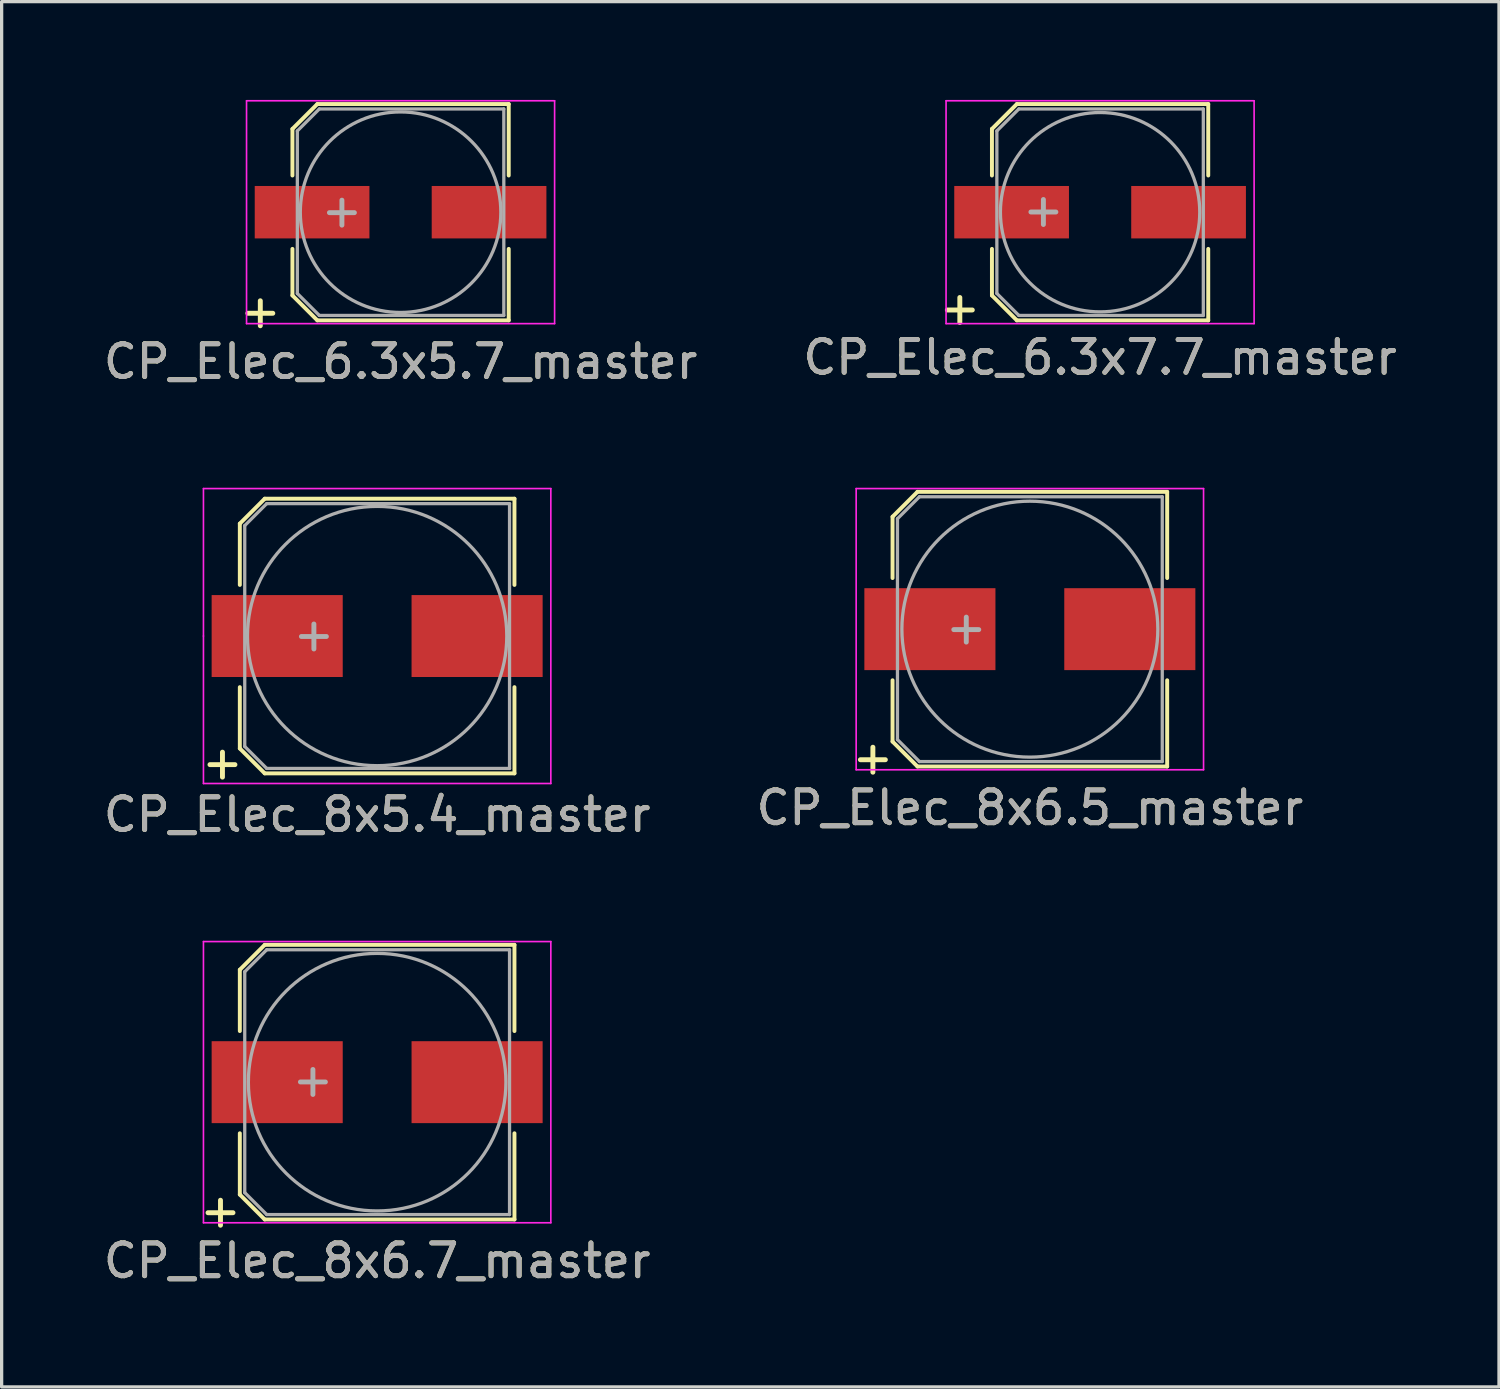
<source format=kicad_pcb>
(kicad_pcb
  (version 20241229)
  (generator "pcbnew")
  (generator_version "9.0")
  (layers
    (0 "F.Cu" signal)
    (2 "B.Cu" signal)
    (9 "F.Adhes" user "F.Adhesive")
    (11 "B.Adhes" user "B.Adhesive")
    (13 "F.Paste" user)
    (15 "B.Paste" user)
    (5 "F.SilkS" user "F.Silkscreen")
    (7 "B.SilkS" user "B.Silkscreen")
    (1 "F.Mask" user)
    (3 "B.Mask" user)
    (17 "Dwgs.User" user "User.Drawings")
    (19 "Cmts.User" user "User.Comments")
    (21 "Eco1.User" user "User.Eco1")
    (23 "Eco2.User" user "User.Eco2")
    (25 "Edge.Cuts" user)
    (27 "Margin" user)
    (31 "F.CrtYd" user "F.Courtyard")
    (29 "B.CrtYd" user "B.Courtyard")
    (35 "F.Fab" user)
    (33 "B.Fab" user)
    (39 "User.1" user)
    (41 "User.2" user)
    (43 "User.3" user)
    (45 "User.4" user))
  (footprint "CP_Elec_6.3x5.7_master"
    (layer "F.Cu")
    (at 9.173 3.425)
    (property "Reference" "CP_Elec_6.3x5.7_master" (at 0 4.56 0) (layer "F.SilkS") (effects (font (size 1 1) (thickness 0.15))))
    (attr smd)
    (fp_line (start -3.3 -2.54) (end -3.3 -1.12) (stroke (width 0.12) (type solid)) (layer "F.SilkS"))
    (fp_line (start -3.3 -2.54) (end -2.54 -3.3) (stroke (width 0.12) (type solid)) (layer "F.SilkS"))
    (fp_line (start -3.3 2.54) (end -3.3 1.12) (stroke (width 0.12) (type solid)) (layer "F.SilkS"))
    (fp_line (start -2.54 -3.3) (end 3.3 -3.3) (stroke (width 0.12) (type solid)) (layer "F.SilkS"))
    (fp_line (start -2.54 3.3) (end -3.3 2.54) (stroke (width 0.12) (type solid)) (layer "F.SilkS"))
    (fp_line (start 3.3 -3.3) (end 3.3 -1.12) (stroke (width 0.12) (type solid)) (layer "F.SilkS"))
    (fp_line (start 3.3 3.3) (end -2.54 3.3) (stroke (width 0.12) (type solid)) (layer "F.SilkS"))
    (fp_line (start 3.3 3.3) (end 3.3 1.12) (stroke (width 0.12) (type solid)) (layer "F.SilkS"))
    (fp_line (start -4.7 -3.4) (end -4.7 3.4) (stroke (width 0.05) (type solid)) (layer "F.CrtYd"))
    (fp_line (start -4.7 -3.4) (end 4.7 -3.4) (stroke (width 0.05) (type solid)) (layer "F.CrtYd"))
    (fp_line (start 4.7 3.4) (end -4.7 3.4) (stroke (width 0.05) (type solid)) (layer "F.CrtYd"))
    (fp_line (start 4.7 3.4) (end 4.7 -3.4) (stroke (width 0.05) (type solid)) (layer "F.CrtYd"))
    (fp_line (start -3.15 -2.48) (end -3.15 2.48) (stroke (width 0.1) (type solid)) (layer "F.Fab"))
    (fp_line (start -3.15 2.48) (end -2.48 3.15) (stroke (width 0.1) (type solid)) (layer "F.Fab"))
    (fp_line (start -2.48 -3.15) (end -3.15 -2.48) (stroke (width 0.1) (type solid)) (layer "F.Fab"))
    (fp_line (start -2.48 3.15) (end 3.15 3.15) (stroke (width 0.1) (type solid)) (layer "F.Fab"))
    (fp_line (start 3.15 -3.15) (end -2.48 -3.15) (stroke (width 0.1) (type solid)) (layer "F.Fab"))
    (fp_line (start 3.15 3.15) (end 3.15 -3.15) (stroke (width 0.1) (type solid)) (layer "F.Fab"))
    (fp_circle (center 0 0) (end 0.6 3) (stroke (width 0.1) (type solid)) (fill no) (layer "F.Fab"))
    (fp_text user "+" (at -4.28 3.01 0) (layer "F.SilkS") (effects (font (size 1 1) (thickness 0.15))))
    (fp_text user "${REFERENCE}" (at 0 4.56 0) (layer "F.Fab") (effects (font (size 1 1) (thickness 0.15))))
    (fp_text user "+" (at -1.79 -0.06 0) (layer "F.Fab") (effects (font (size 1 1) (thickness 0.15))))
    (pad "1" smd rect (at -2.7 0 180) (size 3.5 1.6) (layers "F.Cu" "F.Mask" "F.Paste"))
    (pad "2" smd rect (at 2.7 0 180) (size 3.5 1.6) (layers "F.Cu" "F.Mask" "F.Paste")))
  (footprint "CP_Elec_8x6.5_master"
    (layer "F.Cu")
    (at 28.375 16.148)
    (property "Reference" "CP_Elec_8x6.5_master" (at 0 5.45 0) (layer "F.SilkS") (effects (font (size 1 1) (thickness 0.15))))
    (attr smd)
    (fp_line (start -4.19 -3.43) (end -4.19 -1.56) (stroke (width 0.12) (type solid)) (layer "F.SilkS"))
    (fp_line (start -4.19 -3.43) (end -3.43 -4.19) (stroke (width 0.12) (type solid)) (layer "F.SilkS"))
    (fp_line (start -4.19 3.43) (end -4.19 1.56) (stroke (width 0.12) (type solid)) (layer "F.SilkS"))
    (fp_line (start -3.43 -4.19) (end 4.19 -4.19) (stroke (width 0.12) (type solid)) (layer "F.SilkS"))
    (fp_line (start -3.43 4.19) (end -4.19 3.43) (stroke (width 0.12) (type solid)) (layer "F.SilkS"))
    (fp_line (start 4.19 -4.19) (end 4.19 -1.56) (stroke (width 0.12) (type solid)) (layer "F.SilkS"))
    (fp_line (start 4.19 4.19) (end -3.43 4.19) (stroke (width 0.12) (type solid)) (layer "F.SilkS"))
    (fp_line (start 4.19 4.19) (end 4.19 1.56) (stroke (width 0.12) (type solid)) (layer "F.SilkS"))
    (fp_line (start -5.3 -4.29) (end -5.3 4.29) (stroke (width 0.05) (type solid)) (layer "F.CrtYd"))
    (fp_line (start -5.3 -4.29) (end 5.3 -4.29) (stroke (width 0.05) (type solid)) (layer "F.CrtYd"))
    (fp_line (start 5.3 4.29) (end -5.3 4.29) (stroke (width 0.05) (type solid)) (layer "F.CrtYd"))
    (fp_line (start 5.3 4.29) (end 5.3 -4.29) (stroke (width 0.05) (type solid)) (layer "F.CrtYd"))
    (fp_line (start -4.04 -3.37) (end -4.04 3.37) (stroke (width 0.1) (type solid)) (layer "F.Fab"))
    (fp_line (start -4.04 3.37) (end -3.37 4.04) (stroke (width 0.1) (type solid)) (layer "F.Fab"))
    (fp_line (start -3.37 -4.04) (end -4.04 -3.37) (stroke (width 0.1) (type solid)) (layer "F.Fab"))
    (fp_line (start -3.37 4.04) (end 4.04 4.04) (stroke (width 0.1) (type solid)) (layer "F.Fab"))
    (fp_line (start 4.04 -4.04) (end -3.37 -4.04) (stroke (width 0.1) (type solid)) (layer "F.Fab"))
    (fp_line (start 4.04 4.04) (end 4.04 -4.04) (stroke (width 0.1) (type solid)) (layer "F.Fab"))
    (fp_circle (center 0 0) (end 0.9 3.8) (stroke (width 0.1) (type solid)) (fill no) (layer "F.Fab"))
    (fp_text user "+" (at -4.79 3.91 0) (layer "F.SilkS") (effects (font (size 1 1) (thickness 0.15))))
    (fp_text user "${REFERENCE}" (at 0 5.45 0) (layer "F.Fab") (effects (font (size 1 1) (thickness 0.15))))
    (fp_text user "+" (at -1.94 -0.06 0) (layer "F.Fab") (effects (font (size 1 1) (thickness 0.15))))
    (pad "1" smd rect (at -3.05 0 180) (size 4 2.5) (layers "F.Cu" "F.Mask" "F.Paste"))
    (pad "2" smd rect (at 3.05 0 180) (size 4 2.5) (layers "F.Cu" "F.Mask" "F.Paste")))
  (footprint "CP_Elec_6.3x7.7_master"
    (layer "F.Cu")
    (at 30.518 3.425)
    (property "Reference" "CP_Elec_6.3x7.7_master" (at 0 4.43 0) (layer "F.SilkS") (effects (font (size 1 1) (thickness 0.15))))
    (attr smd)
    (fp_line (start -3.3 -2.54) (end -3.3 -1.12) (stroke (width 0.12) (type solid)) (layer "F.SilkS"))
    (fp_line (start -3.3 -2.54) (end -2.54 -3.3) (stroke (width 0.12) (type solid)) (layer "F.SilkS"))
    (fp_line (start -3.3 2.54) (end -3.3 1.12) (stroke (width 0.12) (type solid)) (layer "F.SilkS"))
    (fp_line (start -2.54 -3.3) (end 3.3 -3.3) (stroke (width 0.12) (type solid)) (layer "F.SilkS"))
    (fp_line (start -2.54 3.3) (end -3.3 2.54) (stroke (width 0.12) (type solid)) (layer "F.SilkS"))
    (fp_line (start 3.3 -3.3) (end 3.3 -1.12) (stroke (width 0.12) (type solid)) (layer "F.SilkS"))
    (fp_line (start 3.3 3.3) (end -2.54 3.3) (stroke (width 0.12) (type solid)) (layer "F.SilkS"))
    (fp_line (start 3.3 3.3) (end 3.3 1.12) (stroke (width 0.12) (type solid)) (layer "F.SilkS"))
    (fp_line (start -4.7 -3.4) (end -4.7 3.4) (stroke (width 0.05) (type solid)) (layer "F.CrtYd"))
    (fp_line (start -4.7 -3.4) (end 4.7 -3.4) (stroke (width 0.05) (type solid)) (layer "F.CrtYd"))
    (fp_line (start 4.7 3.4) (end -4.7 3.4) (stroke (width 0.05) (type solid)) (layer "F.CrtYd"))
    (fp_line (start 4.7 3.4) (end 4.7 -3.4) (stroke (width 0.05) (type solid)) (layer "F.CrtYd"))
    (fp_line (start -3.15 -2.48) (end -3.15 2.48) (stroke (width 0.1) (type solid)) (layer "F.Fab"))
    (fp_line (start -3.15 2.48) (end -2.48 3.15) (stroke (width 0.1) (type solid)) (layer "F.Fab"))
    (fp_line (start -2.48 -3.15) (end -3.15 -2.48) (stroke (width 0.1) (type solid)) (layer "F.Fab"))
    (fp_line (start -2.48 3.15) (end 3.15 3.15) (stroke (width 0.1) (type solid)) (layer "F.Fab"))
    (fp_line (start 3.15 -3.15) (end -2.48 -3.15) (stroke (width 0.1) (type solid)) (layer "F.Fab"))
    (fp_line (start 3.15 3.15) (end 3.15 -3.15) (stroke (width 0.1) (type solid)) (layer "F.Fab"))
    (fp_circle (center 0 0) (end 0.5 3) (stroke (width 0.1) (type solid)) (fill no) (layer "F.Fab"))
    (fp_text user "+" (at -4.28 2.91 0) (layer "F.SilkS") (effects (font (size 1 1) (thickness 0.15))))
    (fp_text user "+" (at -1.73 -0.08 0) (layer "F.Fab") (effects (font (size 1 1) (thickness 0.15))))
    (fp_text user "${REFERENCE}" (at 0 4.43 0) (layer "F.Fab") (effects (font (size 1 1) (thickness 0.15))))
    (pad "1" smd rect (at -2.7 0 180) (size 3.5 1.6) (layers "F.Cu" "F.Mask" "F.Paste"))
    (pad "2" smd rect (at 2.7 0 180) (size 3.5 1.6) (layers "F.Cu" "F.Mask" "F.Paste")))
  (footprint "CP_Elec_8x5.4_master"
    (layer "F.Cu")
    (at 8.458 16.358)
    (property "Reference" "CP_Elec_8x5.4_master" (at 0 5.45 0) (layer "F.SilkS") (effects (font (size 1 1) (thickness 0.15))))
    (attr smd)
    (fp_line (start -4.19 -3.43) (end -4.19 -1.56) (stroke (width 0.12) (type solid)) (layer "F.SilkS"))
    (fp_line (start -4.19 -3.43) (end -3.43 -4.19) (stroke (width 0.12) (type solid)) (layer "F.SilkS"))
    (fp_line (start -4.19 3.43) (end -4.19 1.56) (stroke (width 0.12) (type solid)) (layer "F.SilkS"))
    (fp_line (start -3.43 -4.19) (end 4.19 -4.19) (stroke (width 0.12) (type solid)) (layer "F.SilkS"))
    (fp_line (start -3.43 4.19) (end -4.19 3.43) (stroke (width 0.12) (type solid)) (layer "F.SilkS"))
    (fp_line (start 4.19 -4.19) (end 4.19 -1.56) (stroke (width 0.12) (type solid)) (layer "F.SilkS"))
    (fp_line (start 4.19 4.19) (end -3.43 4.19) (stroke (width 0.12) (type solid)) (layer "F.SilkS"))
    (fp_line (start 4.19 4.19) (end 4.19 1.56) (stroke (width 0.12) (type solid)) (layer "F.SilkS"))
    (fp_line (start -5.3 -4.5) (end -5.3 0) (stroke (width 0.05) (type solid)) (layer "F.CrtYd"))
    (fp_line (start -5.3 0) (end -5.3 4.5) (stroke (width 0.05) (type solid)) (layer "F.CrtYd"))
    (fp_line (start -5.3 4.5) (end 5.3 4.5) (stroke (width 0.05) (type solid)) (layer "F.CrtYd"))
    (fp_line (start 5.3 -4.5) (end -5.3 -4.5) (stroke (width 0.05) (type solid)) (layer "F.CrtYd"))
    (fp_line (start 5.3 4.5) (end 5.3 -4.5) (stroke (width 0.05) (type solid)) (layer "F.CrtYd"))
    (fp_line (start -4.04 -3.37) (end -4.04 3.37) (stroke (width 0.1) (type solid)) (layer "F.Fab"))
    (fp_line (start -4.04 3.37) (end -3.37 4.04) (stroke (width 0.1) (type solid)) (layer "F.Fab"))
    (fp_line (start -3.37 -4.04) (end -4.04 -3.37) (stroke (width 0.1) (type solid)) (layer "F.Fab"))
    (fp_line (start -3.37 4.04) (end 4.04 4.04) (stroke (width 0.1) (type solid)) (layer "F.Fab"))
    (fp_line (start 4.04 -4.04) (end -3.37 -4.04) (stroke (width 0.1) (type solid)) (layer "F.Fab"))
    (fp_line (start 4.04 4.04) (end 4.04 -4.04) (stroke (width 0.1) (type solid)) (layer "F.Fab"))
    (fp_circle (center 0 0) (end 1.1 3.8) (stroke (width 0.1) (type solid)) (fill no) (layer "F.Fab"))
    (fp_text user "+" (at -4.72 3.85 0) (layer "F.SilkS") (effects (font (size 1 1) (thickness 0.15))))
    (fp_text user "${REFERENCE}" (at 0 5.45 0) (layer "F.Fab") (effects (font (size 1 1) (thickness 0.15))))
    (fp_text user "+" (at -1.93 -0.06 0) (layer "F.Fab") (effects (font (size 1 1) (thickness 0.15))))
    (pad "1" smd rect (at -3.05 0 180) (size 4 2.5) (layers "F.Cu" "F.Mask" "F.Paste"))
    (pad "2" smd rect (at 3.05 0 180) (size 4 2.5) (layers "F.Cu" "F.Mask" "F.Paste")))
  (footprint "CP_Elec_8x6.7_master"
    (layer "F.Cu")
    (at 8.458 29.971)
    (property "Reference" "CP_Elec_8x6.7_master" (at 0 5.45 0) (layer "F.SilkS") (effects (font (size 1 1) (thickness 0.15))))
    (attr smd)
    (fp_line (start -4.19 -3.43) (end -4.19 -1.56) (stroke (width 0.12) (type solid)) (layer "F.SilkS"))
    (fp_line (start -4.19 -3.43) (end -3.43 -4.19) (stroke (width 0.12) (type solid)) (layer "F.SilkS"))
    (fp_line (start -4.19 3.43) (end -4.19 1.56) (stroke (width 0.12) (type solid)) (layer "F.SilkS"))
    (fp_line (start -3.43 -4.19) (end 4.19 -4.19) (stroke (width 0.12) (type solid)) (layer "F.SilkS"))
    (fp_line (start -3.43 4.19) (end -4.19 3.43) (stroke (width 0.12) (type solid)) (layer "F.SilkS"))
    (fp_line (start 4.19 -4.19) (end 4.19 -1.56) (stroke (width 0.12) (type solid)) (layer "F.SilkS"))
    (fp_line (start 4.19 4.19) (end -3.43 4.19) (stroke (width 0.12) (type solid)) (layer "F.SilkS"))
    (fp_line (start 4.19 4.19) (end 4.19 1.56) (stroke (width 0.12) (type solid)) (layer "F.SilkS"))
    (fp_line (start -5.3 -4.29) (end -5.3 4.29) (stroke (width 0.05) (type solid)) (layer "F.CrtYd"))
    (fp_line (start -5.3 -4.29) (end 5.3 -4.29) (stroke (width 0.05) (type solid)) (layer "F.CrtYd"))
    (fp_line (start 5.3 4.29) (end -5.3 4.29) (stroke (width 0.05) (type solid)) (layer "F.CrtYd"))
    (fp_line (start 5.3 4.29) (end 5.3 -4.29) (stroke (width 0.05) (type solid)) (layer "F.CrtYd"))
    (fp_line (start -4.04 -3.37) (end -4.04 3.37) (stroke (width 0.1) (type solid)) (layer "F.Fab"))
    (fp_line (start -4.04 3.37) (end -3.37 4.04) (stroke (width 0.1) (type solid)) (layer "F.Fab"))
    (fp_line (start -3.37 -4.04) (end -4.04 -3.37) (stroke (width 0.1) (type solid)) (layer "F.Fab"))
    (fp_line (start -3.37 4.04) (end 4.04 4.04) (stroke (width 0.1) (type solid)) (layer "F.Fab"))
    (fp_line (start 4.04 -4.04) (end -3.37 -4.04) (stroke (width 0.1) (type solid)) (layer "F.Fab"))
    (fp_line (start 4.04 4.04) (end 4.04 -4.04) (stroke (width 0.1) (type solid)) (layer "F.Fab"))
    (fp_circle (center 0 0) (end 1 3.8) (stroke (width 0.1) (type solid)) (fill no) (layer "F.Fab"))
    (fp_text user "+" (at -4.78 3.91 0) (layer "F.SilkS") (effects (font (size 1 1) (thickness 0.15))))
    (fp_text user "${REFERENCE}" (at 0 5.45 0) (layer "F.Fab") (effects (font (size 1 1) (thickness 0.15))))
    (fp_text user "+" (at -1.96 -0.08 0) (layer "F.Fab") (effects (font (size 1 1) (thickness 0.15))))
    (pad "1" smd rect (at -3.05 0 180) (size 4 2.5) (layers "F.Cu" "F.Mask" "F.Paste"))
    (pad "2" smd rect (at 3.05 0 180) (size 4 2.5) (layers "F.Cu" "F.Mask" "F.Paste")))
  (gr_rect
    (start -3 -3)
    (end 42.69 39.27)
    (stroke (width 0.1) (type default))
    (fill no)
    (layer "Edge.Cuts")))
</source>
